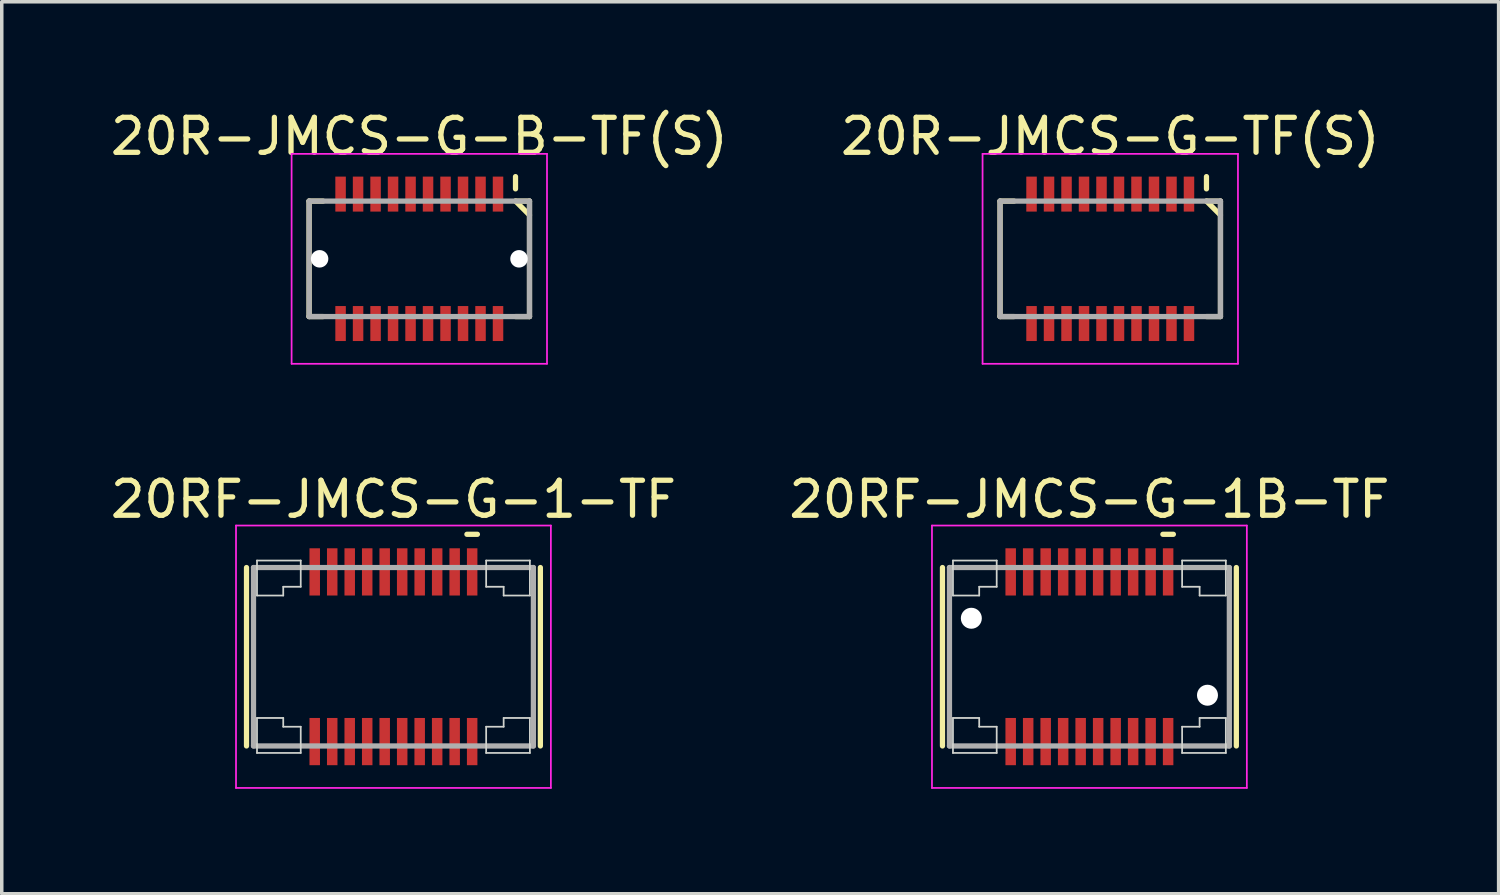
<source format=kicad_pcb>
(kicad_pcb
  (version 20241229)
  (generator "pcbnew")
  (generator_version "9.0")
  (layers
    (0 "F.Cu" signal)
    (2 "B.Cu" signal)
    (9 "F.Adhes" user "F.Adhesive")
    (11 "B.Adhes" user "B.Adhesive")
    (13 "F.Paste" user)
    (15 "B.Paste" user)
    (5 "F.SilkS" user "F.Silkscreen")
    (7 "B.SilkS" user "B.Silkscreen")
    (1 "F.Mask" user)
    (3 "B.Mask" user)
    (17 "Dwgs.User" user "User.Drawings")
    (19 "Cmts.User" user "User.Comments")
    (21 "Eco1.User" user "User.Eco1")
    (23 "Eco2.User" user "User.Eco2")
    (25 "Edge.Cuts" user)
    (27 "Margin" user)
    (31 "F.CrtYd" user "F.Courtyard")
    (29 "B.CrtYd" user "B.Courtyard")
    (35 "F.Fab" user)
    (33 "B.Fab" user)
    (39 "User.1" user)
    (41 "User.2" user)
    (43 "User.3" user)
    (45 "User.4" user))
  (footprint "20R-JMCS-G-B-TF(S)"
    (layer "F.Cu")
    (at 8.935 4.348)
    (property "Reference" "20R-JMCS-G-B-TF(S)" (at 0 -3.5 0) (layer "F.SilkS") (effects (font (size 1 1) (thickness 0.15))))
    (attr smd)
    (fp_line (start -3.15 -1.65) (end -3.15 1.65) (stroke (width 0.15) (type solid)) (layer "F.SilkS"))
    (fp_line (start -3.15 -1.65) (end -2.75 -1.65) (stroke (width 0.15) (type solid)) (layer "F.SilkS"))
    (fp_line (start -3.15 1.65) (end -2.75 1.65) (stroke (width 0.15) (type solid)) (layer "F.SilkS"))
    (fp_line (start 2.75 -2.35) (end 2.75 -2) (stroke (width 0.15) (type solid)) (layer "F.SilkS"))
    (fp_line (start 2.75 -1.65) (end 3.15 -1.65) (stroke (width 0.15) (type solid)) (layer "F.SilkS"))
    (fp_line (start 2.75 -1.65) (end 3.15 -1.25) (stroke (width 0.15) (type solid)) (layer "F.SilkS"))
    (fp_line (start 2.75 1.65) (end 3.15 1.65) (stroke (width 0.15) (type solid)) (layer "F.SilkS"))
    (fp_line (start 3.15 -1.65) (end 3.15 1.65) (stroke (width 0.15) (type solid)) (layer "F.SilkS"))
    (fp_line (start -3.65 -3) (end -3.65 3) (stroke (width 0.05) (type solid)) (layer "F.CrtYd"))
    (fp_line (start -3.65 -3) (end 3.65 -3) (stroke (width 0.05) (type solid)) (layer "F.CrtYd"))
    (fp_line (start -3.65 3) (end 3.65 3) (stroke (width 0.05) (type solid)) (layer "F.CrtYd"))
    (fp_line (start 3.65 -3) (end 3.65 3) (stroke (width 0.05) (type solid)) (layer "F.CrtYd"))
    (fp_line (start -3.15 -1.65) (end -3.15 1.65) (stroke (width 0.15) (type solid)) (layer "F.Fab"))
    (fp_line (start -3.15 -1.65) (end 3.15 -1.65) (stroke (width 0.15) (type solid)) (layer "F.Fab"))
    (fp_line (start -3.15 1.65) (end 3.15 1.65) (stroke (width 0.15) (type solid)) (layer "F.Fab"))
    (fp_line (start 3.15 -1.65) (end 3.15 1.65) (stroke (width 0.15) (type solid)) (layer "F.Fab"))
    (pad "" np_thru_hole circle (at -2.85 0) (size 0.5 0.5) (drill 0.5) (layers "*.Cu" "*.Mask"))
    (pad "" np_thru_hole circle (at 2.85 0) (size 0.5 0.5) (drill 0.5) (layers "*.Cu" "*.Mask"))
    (pad "1" smd rect (at 2.25 -1.85) (size 0.3 1) (layers "F.Cu" "F.Mask" "F.Paste"))
    (pad "2" smd rect (at 2.25 1.85) (size 0.3 1) (layers "F.Cu" "F.Mask" "F.Paste"))
    (pad "3" smd rect (at 1.75 -1.85) (size 0.3 1) (layers "F.Cu" "F.Mask" "F.Paste"))
    (pad "4" smd rect (at 1.75 1.85) (size 0.3 1) (layers "F.Cu" "F.Mask" "F.Paste"))
    (pad "5" smd rect (at 1.25 -1.85) (size 0.3 1) (layers "F.Cu" "F.Mask" "F.Paste"))
    (pad "6" smd rect (at 1.25 1.85) (size 0.3 1) (layers "F.Cu" "F.Mask" "F.Paste"))
    (pad "7" smd rect (at 0.75 -1.85) (size 0.3 1) (layers "F.Cu" "F.Mask" "F.Paste"))
    (pad "8" smd rect (at 0.75 1.85) (size 0.3 1) (layers "F.Cu" "F.Mask" "F.Paste"))
    (pad "9" smd rect (at 0.25 -1.85) (size 0.3 1) (layers "F.Cu" "F.Mask" "F.Paste"))
    (pad "10" smd rect (at 0.25 1.85) (size 0.3 1) (layers "F.Cu" "F.Mask" "F.Paste"))
    (pad "11" smd rect (at -0.25 -1.85) (size 0.3 1) (layers "F.Cu" "F.Mask" "F.Paste"))
    (pad "12" smd rect (at -0.25 1.85) (size 0.3 1) (layers "F.Cu" "F.Mask" "F.Paste"))
    (pad "13" smd rect (at -0.75 -1.85) (size 0.3 1) (layers "F.Cu" "F.Mask" "F.Paste"))
    (pad "14" smd rect (at -0.75 1.85) (size 0.3 1) (layers "F.Cu" "F.Mask" "F.Paste"))
    (pad "15" smd rect (at -1.25 -1.85) (size 0.3 1) (layers "F.Cu" "F.Mask" "F.Paste"))
    (pad "16" smd rect (at -1.25 1.85) (size 0.3 1) (layers "F.Cu" "F.Mask" "F.Paste"))
    (pad "17" smd rect (at -1.75 -1.85) (size 0.3 1) (layers "F.Cu" "F.Mask" "F.Paste"))
    (pad "18" smd rect (at -1.75 1.85) (size 0.3 1) (layers "F.Cu" "F.Mask" "F.Paste"))
    (pad "19" smd rect (at -2.25 -1.85) (size 0.3 1) (layers "F.Cu" "F.Mask" "F.Paste"))
    (pad "20" smd rect (at -2.25 1.85) (size 0.3 1) (layers "F.Cu" "F.Mask" "F.Paste")))
  (footprint "20RF-JMCS-G-1B-TF"
    (layer "F.Cu")
    (at 28.089 15.722)
    (property "Reference" "20RF-JMCS-G-1B-TF" (at 0 -4.5 0) (layer "F.SilkS") (effects (font (size 1 1) (thickness 0.15))))
    (attr smd)
    (fp_line (start -4.2 -2.55) (end -4.2 2.55) (stroke (width 0.15) (type solid)) (layer "F.SilkS"))
    (fp_line (start 2.1 -3.5) (end 2.4 -3.5) (stroke (width 0.15) (type solid)) (layer "F.SilkS"))
    (fp_line (start 4.2 -2.55) (end 4.2 2.55) (stroke (width 0.15) (type solid)) (layer "F.SilkS"))
    (fp_line (start -3.9 -2.75) (end -3.9 -1.75) (stroke (width 0.05) (type solid)) (layer "Edge.Cuts"))
    (fp_line (start -3.9 -2.75) (end -2.65 -2.75) (stroke (width 0.05) (type solid)) (layer "Edge.Cuts"))
    (fp_line (start -3.9 -1.75) (end -3.15 -1.75) (stroke (width 0.05) (type solid)) (layer "Edge.Cuts"))
    (fp_line (start -3.9 1.75) (end -3.15 1.75) (stroke (width 0.05) (type solid)) (layer "Edge.Cuts"))
    (fp_line (start -3.9 2.75) (end -3.9 1.75) (stroke (width 0.05) (type solid)) (layer "Edge.Cuts"))
    (fp_line (start -3.9 2.75) (end -2.65 2.75) (stroke (width 0.05) (type solid)) (layer "Edge.Cuts"))
    (fp_line (start -3.15 -2) (end -3.15 -1.75) (stroke (width 0.05) (type solid)) (layer "Edge.Cuts"))
    (fp_line (start -3.15 -2) (end -2.65 -2) (stroke (width 0.05) (type solid)) (layer "Edge.Cuts"))
    (fp_line (start -3.15 2) (end -3.15 1.75) (stroke (width 0.05) (type solid)) (layer "Edge.Cuts"))
    (fp_line (start -3.15 2) (end -2.65 2) (stroke (width 0.05) (type solid)) (layer "Edge.Cuts"))
    (fp_line (start -2.65 -2.75) (end -2.65 -2) (stroke (width 0.05) (type solid)) (layer "Edge.Cuts"))
    (fp_line (start -2.65 2.75) (end -2.65 2) (stroke (width 0.05) (type solid)) (layer "Edge.Cuts"))
    (fp_line (start 2.65 -2.75) (end 2.65 -2) (stroke (width 0.05) (type solid)) (layer "Edge.Cuts"))
    (fp_line (start 2.65 2.75) (end 2.65 2) (stroke (width 0.05) (type solid)) (layer "Edge.Cuts"))
    (fp_line (start 3.15 -2) (end 2.65 -2) (stroke (width 0.05) (type solid)) (layer "Edge.Cuts"))
    (fp_line (start 3.15 -2) (end 3.15 -1.75) (stroke (width 0.05) (type solid)) (layer "Edge.Cuts"))
    (fp_line (start 3.15 2) (end 2.65 2) (stroke (width 0.05) (type solid)) (layer "Edge.Cuts"))
    (fp_line (start 3.15 2) (end 3.15 1.75) (stroke (width 0.05) (type solid)) (layer "Edge.Cuts"))
    (fp_line (start 3.9 -2.75) (end 2.65 -2.75) (stroke (width 0.05) (type solid)) (layer "Edge.Cuts"))
    (fp_line (start 3.9 -2.75) (end 3.9 -1.75) (stroke (width 0.05) (type solid)) (layer "Edge.Cuts"))
    (fp_line (start 3.9 -1.75) (end 3.15 -1.75) (stroke (width 0.05) (type solid)) (layer "Edge.Cuts"))
    (fp_line (start 3.9 1.75) (end 3.15 1.75) (stroke (width 0.05) (type solid)) (layer "Edge.Cuts"))
    (fp_line (start 3.9 2.75) (end 2.65 2.75) (stroke (width 0.05) (type solid)) (layer "Edge.Cuts"))
    (fp_line (start 3.9 2.75) (end 3.9 1.75) (stroke (width 0.05) (type solid)) (layer "Edge.Cuts"))
    (fp_line (start -4.5 -3.75) (end -4.5 3.75) (stroke (width 0.05) (type solid)) (layer "F.CrtYd"))
    (fp_line (start -4.5 -3.75) (end 4.5 -3.75) (stroke (width 0.05) (type solid)) (layer "F.CrtYd"))
    (fp_line (start -4.5 3.75) (end 4.5 3.75) (stroke (width 0.05) (type solid)) (layer "F.CrtYd"))
    (fp_line (start 4.5 -3.75) (end 4.5 3.75) (stroke (width 0.05) (type solid)) (layer "F.CrtYd"))
    (fp_line (start -4 -2.55) (end -4 2.55) (stroke (width 0.15) (type solid)) (layer "F.Fab"))
    (fp_line (start -4 -2.55) (end 4 -2.55) (stroke (width 0.15) (type solid)) (layer "F.Fab"))
    (fp_line (start -4 2.55) (end 4 2.55) (stroke (width 0.15) (type solid)) (layer "F.Fab"))
    (fp_line (start 4 -2.55) (end 4 2.55) (stroke (width 0.15) (type solid)) (layer "F.Fab"))
    (pad "" np_thru_hole circle (at -3.375 -1.1) (size 0.6 0.6) (drill 0.6) (layers "*.Cu" "*.Mask"))
    (pad "" np_thru_hole circle (at 3.375 1.1) (size 0.6 0.6) (drill 0.6) (layers "*.Cu" "*.Mask"))
    (pad "1" smd rect (at 2.25 -2.425) (size 0.3 1.35) (layers "F.Cu" "F.Mask" "F.Paste"))
    (pad "2" smd rect (at 2.25 2.425) (size 0.3 1.35) (layers "F.Cu" "F.Mask" "F.Paste"))
    (pad "3" smd rect (at 1.75 -2.425) (size 0.3 1.35) (layers "F.Cu" "F.Mask" "F.Paste"))
    (pad "4" smd rect (at 1.75 2.425) (size 0.3 1.35) (layers "F.Cu" "F.Mask" "F.Paste"))
    (pad "5" smd rect (at 1.25 -2.425) (size 0.3 1.35) (layers "F.Cu" "F.Mask" "F.Paste"))
    (pad "6" smd rect (at 1.25 2.425) (size 0.3 1.35) (layers "F.Cu" "F.Mask" "F.Paste"))
    (pad "7" smd rect (at 0.75 -2.425) (size 0.3 1.35) (layers "F.Cu" "F.Mask" "F.Paste"))
    (pad "8" smd rect (at 0.75 2.425) (size 0.3 1.35) (layers "F.Cu" "F.Mask" "F.Paste"))
    (pad "9" smd rect (at 0.25 -2.425) (size 0.3 1.35) (layers "F.Cu" "F.Mask" "F.Paste"))
    (pad "10" smd rect (at 0.25 2.425) (size 0.3 1.35) (layers "F.Cu" "F.Mask" "F.Paste"))
    (pad "11" smd rect (at -0.25 -2.425) (size 0.3 1.35) (layers "F.Cu" "F.Mask" "F.Paste"))
    (pad "12" smd rect (at -0.25 2.425) (size 0.3 1.35) (layers "F.Cu" "F.Mask" "F.Paste"))
    (pad "13" smd rect (at -0.75 -2.425) (size 0.3 1.35) (layers "F.Cu" "F.Mask" "F.Paste"))
    (pad "14" smd rect (at -0.75 2.425) (size 0.3 1.35) (layers "F.Cu" "F.Mask" "F.Paste"))
    (pad "15" smd rect (at -1.25 -2.425) (size 0.3 1.35) (layers "F.Cu" "F.Mask" "F.Paste"))
    (pad "16" smd rect (at -1.25 2.425) (size 0.3 1.35) (layers "F.Cu" "F.Mask" "F.Paste"))
    (pad "17" smd rect (at -1.75 -2.425) (size 0.3 1.35) (layers "F.Cu" "F.Mask" "F.Paste"))
    (pad "18" smd rect (at -1.75 2.425) (size 0.3 1.35) (layers "F.Cu" "F.Mask" "F.Paste"))
    (pad "19" smd rect (at -2.25 -2.425) (size 0.3 1.35) (layers "F.Cu" "F.Mask" "F.Paste"))
    (pad "20" smd rect (at -2.25 2.425) (size 0.3 1.35) (layers "F.Cu" "F.Mask" "F.Paste")))
  (footprint "20RF-JMCS-G-1-TF"
    (layer "F.Cu")
    (at 8.196 15.722)
    (property "Reference" "20RF-JMCS-G-1-TF" (at 0 -4.5 0) (layer "F.SilkS") (effects (font (size 1 1) (thickness 0.15))))
    (attr smd)
    (fp_line (start -4.2 -2.55) (end -4.2 2.55) (stroke (width 0.15) (type solid)) (layer "F.SilkS"))
    (fp_line (start 2.1 -3.5) (end 2.4 -3.5) (stroke (width 0.15) (type solid)) (layer "F.SilkS"))
    (fp_line (start 4.2 -2.55) (end 4.2 2.55) (stroke (width 0.15) (type solid)) (layer "F.SilkS"))
    (fp_line (start -3.9 -2.75) (end -3.9 -1.75) (stroke (width 0.05) (type solid)) (layer "Edge.Cuts"))
    (fp_line (start -3.9 -2.75) (end -2.65 -2.75) (stroke (width 0.05) (type solid)) (layer "Edge.Cuts"))
    (fp_line (start -3.9 -1.75) (end -3.15 -1.75) (stroke (width 0.05) (type solid)) (layer "Edge.Cuts"))
    (fp_line (start -3.9 1.75) (end -3.15 1.75) (stroke (width 0.05) (type solid)) (layer "Edge.Cuts"))
    (fp_line (start -3.9 2.75) (end -3.9 1.75) (stroke (width 0.05) (type solid)) (layer "Edge.Cuts"))
    (fp_line (start -3.9 2.75) (end -2.65 2.75) (stroke (width 0.05) (type solid)) (layer "Edge.Cuts"))
    (fp_line (start -3.15 -2) (end -3.15 -1.75) (stroke (width 0.05) (type solid)) (layer "Edge.Cuts"))
    (fp_line (start -3.15 -2) (end -2.65 -2) (stroke (width 0.05) (type solid)) (layer "Edge.Cuts"))
    (fp_line (start -3.15 2) (end -3.15 1.75) (stroke (width 0.05) (type solid)) (layer "Edge.Cuts"))
    (fp_line (start -3.15 2) (end -2.65 2) (stroke (width 0.05) (type solid)) (layer "Edge.Cuts"))
    (fp_line (start -2.65 -2.75) (end -2.65 -2) (stroke (width 0.05) (type solid)) (layer "Edge.Cuts"))
    (fp_line (start -2.65 2.75) (end -2.65 2) (stroke (width 0.05) (type solid)) (layer "Edge.Cuts"))
    (fp_line (start 2.65 -2.75) (end 2.65 -2) (stroke (width 0.05) (type solid)) (layer "Edge.Cuts"))
    (fp_line (start 2.65 2.75) (end 2.65 2) (stroke (width 0.05) (type solid)) (layer "Edge.Cuts"))
    (fp_line (start 3.15 -2) (end 2.65 -2) (stroke (width 0.05) (type solid)) (layer "Edge.Cuts"))
    (fp_line (start 3.15 -2) (end 3.15 -1.75) (stroke (width 0.05) (type solid)) (layer "Edge.Cuts"))
    (fp_line (start 3.15 2) (end 2.65 2) (stroke (width 0.05) (type solid)) (layer "Edge.Cuts"))
    (fp_line (start 3.15 2) (end 3.15 1.75) (stroke (width 0.05) (type solid)) (layer "Edge.Cuts"))
    (fp_line (start 3.9 -2.75) (end 2.65 -2.75) (stroke (width 0.05) (type solid)) (layer "Edge.Cuts"))
    (fp_line (start 3.9 -2.75) (end 3.9 -1.75) (stroke (width 0.05) (type solid)) (layer "Edge.Cuts"))
    (fp_line (start 3.9 -1.75) (end 3.15 -1.75) (stroke (width 0.05) (type solid)) (layer "Edge.Cuts"))
    (fp_line (start 3.9 1.75) (end 3.15 1.75) (stroke (width 0.05) (type solid)) (layer "Edge.Cuts"))
    (fp_line (start 3.9 2.75) (end 2.65 2.75) (stroke (width 0.05) (type solid)) (layer "Edge.Cuts"))
    (fp_line (start 3.9 2.75) (end 3.9 1.75) (stroke (width 0.05) (type solid)) (layer "Edge.Cuts"))
    (fp_line (start -4.5 -3.75) (end -4.5 3.75) (stroke (width 0.05) (type solid)) (layer "F.CrtYd"))
    (fp_line (start -4.5 -3.75) (end 4.5 -3.75) (stroke (width 0.05) (type solid)) (layer "F.CrtYd"))
    (fp_line (start -4.5 3.75) (end 4.5 3.75) (stroke (width 0.05) (type solid)) (layer "F.CrtYd"))
    (fp_line (start 4.5 -3.75) (end 4.5 3.75) (stroke (width 0.05) (type solid)) (layer "F.CrtYd"))
    (fp_line (start -4 -2.55) (end -4 2.55) (stroke (width 0.15) (type solid)) (layer "F.Fab"))
    (fp_line (start -4 -2.55) (end 4 -2.55) (stroke (width 0.15) (type solid)) (layer "F.Fab"))
    (fp_line (start -4 2.55) (end 4 2.55) (stroke (width 0.15) (type solid)) (layer "F.Fab"))
    (fp_line (start 4 -2.55) (end 4 2.55) (stroke (width 0.15) (type solid)) (layer "F.Fab"))
    (pad "1" smd rect (at 2.25 -2.425) (size 0.3 1.35) (layers "F.Cu" "F.Mask" "F.Paste"))
    (pad "2" smd rect (at 2.25 2.425) (size 0.3 1.35) (layers "F.Cu" "F.Mask" "F.Paste"))
    (pad "3" smd rect (at 1.75 -2.425) (size 0.3 1.35) (layers "F.Cu" "F.Mask" "F.Paste"))
    (pad "4" smd rect (at 1.75 2.425) (size 0.3 1.35) (layers "F.Cu" "F.Mask" "F.Paste"))
    (pad "5" smd rect (at 1.25 -2.425) (size 0.3 1.35) (layers "F.Cu" "F.Mask" "F.Paste"))
    (pad "6" smd rect (at 1.25 2.425) (size 0.3 1.35) (layers "F.Cu" "F.Mask" "F.Paste"))
    (pad "7" smd rect (at 0.75 -2.425) (size 0.3 1.35) (layers "F.Cu" "F.Mask" "F.Paste"))
    (pad "8" smd rect (at 0.75 2.425) (size 0.3 1.35) (layers "F.Cu" "F.Mask" "F.Paste"))
    (pad "9" smd rect (at 0.25 -2.425) (size 0.3 1.35) (layers "F.Cu" "F.Mask" "F.Paste"))
    (pad "10" smd rect (at 0.25 2.425) (size 0.3 1.35) (layers "F.Cu" "F.Mask" "F.Paste"))
    (pad "11" smd rect (at -0.25 -2.425) (size 0.3 1.35) (layers "F.Cu" "F.Mask" "F.Paste"))
    (pad "12" smd rect (at -0.25 2.425) (size 0.3 1.35) (layers "F.Cu" "F.Mask" "F.Paste"))
    (pad "13" smd rect (at -0.75 -2.425) (size 0.3 1.35) (layers "F.Cu" "F.Mask" "F.Paste"))
    (pad "14" smd rect (at -0.75 2.425) (size 0.3 1.35) (layers "F.Cu" "F.Mask" "F.Paste"))
    (pad "15" smd rect (at -1.25 -2.425) (size 0.3 1.35) (layers "F.Cu" "F.Mask" "F.Paste"))
    (pad "16" smd rect (at -1.25 2.425) (size 0.3 1.35) (layers "F.Cu" "F.Mask" "F.Paste"))
    (pad "17" smd rect (at -1.75 -2.425) (size 0.3 1.35) (layers "F.Cu" "F.Mask" "F.Paste"))
    (pad "18" smd rect (at -1.75 2.425) (size 0.3 1.35) (layers "F.Cu" "F.Mask" "F.Paste"))
    (pad "19" smd rect (at -2.25 -2.425) (size 0.3 1.35) (layers "F.Cu" "F.Mask" "F.Paste"))
    (pad "20" smd rect (at -2.25 2.425) (size 0.3 1.35) (layers "F.Cu" "F.Mask" "F.Paste")))
  (footprint "20R-JMCS-G-TF(S)"
    (layer "F.Cu")
    (at 28.685 4.348)
    (property "Reference" "20R-JMCS-G-TF(S)" (at 0 -3.5 0) (layer "F.SilkS") (effects (font (size 1 1) (thickness 0.15))))
    (attr smd)
    (fp_line (start -3.15 -1.65) (end -3.15 1.65) (stroke (width 0.15) (type solid)) (layer "F.SilkS"))
    (fp_line (start -3.15 -1.65) (end -2.75 -1.65) (stroke (width 0.15) (type solid)) (layer "F.SilkS"))
    (fp_line (start -3.15 1.65) (end -2.75 1.65) (stroke (width 0.15) (type solid)) (layer "F.SilkS"))
    (fp_line (start 2.75 -2.35) (end 2.75 -2) (stroke (width 0.15) (type solid)) (layer "F.SilkS"))
    (fp_line (start 2.75 -1.65) (end 3.15 -1.65) (stroke (width 0.15) (type solid)) (layer "F.SilkS"))
    (fp_line (start 2.75 -1.65) (end 3.15 -1.25) (stroke (width 0.15) (type solid)) (layer "F.SilkS"))
    (fp_line (start 2.75 1.65) (end 3.15 1.65) (stroke (width 0.15) (type solid)) (layer "F.SilkS"))
    (fp_line (start 3.15 -1.65) (end 3.15 1.65) (stroke (width 0.15) (type solid)) (layer "F.SilkS"))
    (fp_line (start -3.65 -3) (end -3.65 3) (stroke (width 0.05) (type solid)) (layer "F.CrtYd"))
    (fp_line (start -3.65 -3) (end 3.65 -3) (stroke (width 0.05) (type solid)) (layer "F.CrtYd"))
    (fp_line (start -3.65 3) (end 3.65 3) (stroke (width 0.05) (type solid)) (layer "F.CrtYd"))
    (fp_line (start 3.65 -3) (end 3.65 3) (stroke (width 0.05) (type solid)) (layer "F.CrtYd"))
    (fp_line (start -3.15 -1.65) (end -3.15 1.65) (stroke (width 0.15) (type solid)) (layer "F.Fab"))
    (fp_line (start -3.15 -1.65) (end 3.15 -1.65) (stroke (width 0.15) (type solid)) (layer "F.Fab"))
    (fp_line (start -3.15 1.65) (end 3.15 1.65) (stroke (width 0.15) (type solid)) (layer "F.Fab"))
    (fp_line (start 3.15 -1.65) (end 3.15 1.65) (stroke (width 0.15) (type solid)) (layer "F.Fab"))
    (pad "1" smd rect (at 2.25 -1.85) (size 0.3 1) (layers "F.Cu" "F.Mask" "F.Paste"))
    (pad "2" smd rect (at 2.25 1.85) (size 0.3 1) (layers "F.Cu" "F.Mask" "F.Paste"))
    (pad "3" smd rect (at 1.75 -1.85) (size 0.3 1) (layers "F.Cu" "F.Mask" "F.Paste"))
    (pad "4" smd rect (at 1.75 1.85) (size 0.3 1) (layers "F.Cu" "F.Mask" "F.Paste"))
    (pad "5" smd rect (at 1.25 -1.85) (size 0.3 1) (layers "F.Cu" "F.Mask" "F.Paste"))
    (pad "6" smd rect (at 1.25 1.85) (size 0.3 1) (layers "F.Cu" "F.Mask" "F.Paste"))
    (pad "7" smd rect (at 0.75 -1.85) (size 0.3 1) (layers "F.Cu" "F.Mask" "F.Paste"))
    (pad "8" smd rect (at 0.75 1.85) (size 0.3 1) (layers "F.Cu" "F.Mask" "F.Paste"))
    (pad "9" smd rect (at 0.25 -1.85) (size 0.3 1) (layers "F.Cu" "F.Mask" "F.Paste"))
    (pad "10" smd rect (at 0.25 1.85) (size 0.3 1) (layers "F.Cu" "F.Mask" "F.Paste"))
    (pad "11" smd rect (at -0.25 -1.85) (size 0.3 1) (layers "F.Cu" "F.Mask" "F.Paste"))
    (pad "12" smd rect (at -0.25 1.85) (size 0.3 1) (layers "F.Cu" "F.Mask" "F.Paste"))
    (pad "13" smd rect (at -0.75 -1.85) (size 0.3 1) (layers "F.Cu" "F.Mask" "F.Paste"))
    (pad "14" smd rect (at -0.75 1.85) (size 0.3 1) (layers "F.Cu" "F.Mask" "F.Paste"))
    (pad "15" smd rect (at -1.25 -1.85) (size 0.3 1) (layers "F.Cu" "F.Mask" "F.Paste"))
    (pad "16" smd rect (at -1.25 1.85) (size 0.3 1) (layers "F.Cu" "F.Mask" "F.Paste"))
    (pad "17" smd rect (at -1.75 -1.85) (size 0.3 1) (layers "F.Cu" "F.Mask" "F.Paste"))
    (pad "18" smd rect (at -1.75 1.85) (size 0.3 1) (layers "F.Cu" "F.Mask" "F.Paste"))
    (pad "19" smd rect (at -2.25 -1.85) (size 0.3 1) (layers "F.Cu" "F.Mask" "F.Paste"))
    (pad "20" smd rect (at -2.25 1.85) (size 0.3 1) (layers "F.Cu" "F.Mask" "F.Paste")))
  (gr_rect
    (start -3 -3)
    (end 39.786 22.497)
    (stroke (width 0.1) (type default))
    (fill no)
    (layer "Edge.Cuts")))
</source>
